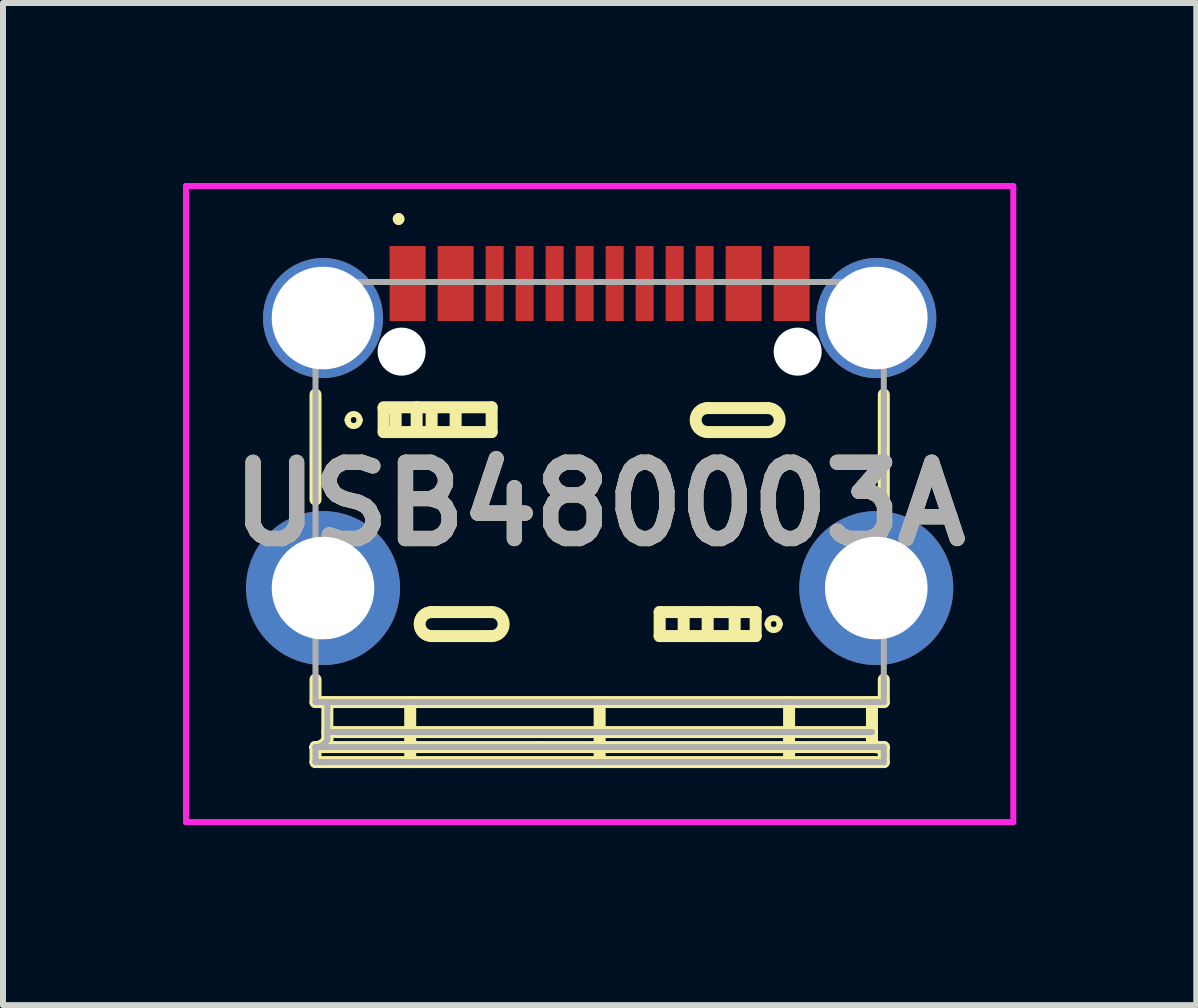
<source format=kicad_pcb>
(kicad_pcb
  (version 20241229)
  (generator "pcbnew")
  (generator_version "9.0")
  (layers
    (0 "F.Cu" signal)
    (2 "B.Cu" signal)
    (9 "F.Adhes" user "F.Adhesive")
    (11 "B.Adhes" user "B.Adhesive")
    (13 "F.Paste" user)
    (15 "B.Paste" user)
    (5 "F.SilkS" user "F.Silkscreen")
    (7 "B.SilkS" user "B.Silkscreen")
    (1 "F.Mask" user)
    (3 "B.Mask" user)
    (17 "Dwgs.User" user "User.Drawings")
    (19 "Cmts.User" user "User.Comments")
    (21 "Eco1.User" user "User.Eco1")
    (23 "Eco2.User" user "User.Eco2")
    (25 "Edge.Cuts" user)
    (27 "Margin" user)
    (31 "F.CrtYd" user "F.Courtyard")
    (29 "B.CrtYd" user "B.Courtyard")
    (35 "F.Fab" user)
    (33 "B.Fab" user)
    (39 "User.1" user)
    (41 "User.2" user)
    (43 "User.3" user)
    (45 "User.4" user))
  (footprint "USB480003A"
    (layer "F.Cu")
    (at 6.943 5.35)
    (property "Reference" "USB480003A" (at 0 0 0) (layer "F.SilkS") (effects (font (size 1.27 1.27) (thickness 0.254))))
    (attr through_hole)
    (fp_line (start -4.735 -1.825) (end -4.735 -0.075) (stroke (width 0.2) (type solid)) (layer "F.SilkS"))
    (fp_line (start -4.735 2.925) (end -4.735 3.3) (stroke (width 0.2) (type solid)) (layer "F.SilkS"))
    (fp_line (start -4.735 3.3) (end 4.735 3.3) (stroke (width 0.2) (type solid)) (layer "F.SilkS"))
    (fp_line (start -4.735 4.05) (end -4.735 4.05) (stroke (width 0.2) (type solid)) (layer "F.SilkS"))
    (fp_line (start -4.735 4.05) (end -4.735 4.05) (stroke (width 0.2) (type solid)) (layer "F.SilkS"))
    (fp_line (start -4.735 4.05) (end -4.735 4.3) (stroke (width 0.2) (type solid)) (layer "F.SilkS"))
    (fp_line (start -4.735 4.3) (end 4.735 4.3) (stroke (width 0.2) (type solid)) (layer "F.SilkS"))
    (fp_line (start -4.538 3.8) (end 4.538 3.8) (stroke (width 0.2) (type solid)) (layer "F.SilkS"))
    (fp_line (start -4.538 3.925) (end -4.538 3.3) (stroke (width 0.2) (type solid)) (layer "F.SilkS"))
    (fp_line (start -4.2 -1.4) (end -4.2 -1.4) (stroke (width 0.1) (type solid)) (layer "F.SilkS"))
    (fp_line (start -4 -1.4) (end -4 -1.4) (stroke (width 0.1) (type solid)) (layer "F.SilkS"))
    (fp_line (start -3.6 -1.613) (end -1.8 -1.613) (stroke (width 0.2) (type solid)) (layer "F.SilkS"))
    (fp_line (start -3.6 -1.6) (end -3.4 -1.6) (stroke (width 0.2) (type solid)) (layer "F.SilkS"))
    (fp_line (start -3.6 -1.2) (end -3.6 -1.6) (stroke (width 0.2) (type solid)) (layer "F.SilkS"))
    (fp_line (start -3.4 -1.6) (end -3.4 -1.2) (stroke (width 0.2) (type solid)) (layer "F.SilkS"))
    (fp_line (start -3.35 -4.8) (end -3.35 -4.8) (stroke (width 0.1) (type solid)) (layer "F.SilkS"))
    (fp_line (start -3.35 -4.7) (end -3.35 -4.7) (stroke (width 0.1) (type solid)) (layer "F.SilkS"))
    (fp_line (start -3.157 4.3) (end -3.157 3.3) (stroke (width 0.2) (type solid)) (layer "F.SilkS"))
    (fp_line (start -3.05 -1.613) (end -3.05 -1.2) (stroke (width 0.2) (type solid)) (layer "F.SilkS"))
    (fp_line (start -2.8 -1.6) (end -2.8 -1.2) (stroke (width 0.2) (type solid)) (layer "F.SilkS"))
    (fp_line (start -2.8 1.8) (end -2.8 1.8) (stroke (width 0.2) (type solid)) (layer "F.SilkS"))
    (fp_line (start -2.8 2.2) (end -1.8 2.2) (stroke (width 0.2) (type solid)) (layer "F.SilkS"))
    (fp_line (start -2.4 -1.6) (end -2.4 -1.2) (stroke (width 0.2) (type solid)) (layer "F.SilkS"))
    (fp_line (start -1.8 -1.613) (end -1.8 -1.2) (stroke (width 0.2) (type solid)) (layer "F.SilkS"))
    (fp_line (start -1.8 -1.2) (end -3.6 -1.2) (stroke (width 0.2) (type solid)) (layer "F.SilkS"))
    (fp_line (start -1.8 1.8) (end -2.8 1.8) (stroke (width 0.2) (type solid)) (layer "F.SilkS"))
    (fp_line (start -1.8 2.2) (end -1.8 2.2) (stroke (width 0.2) (type solid)) (layer "F.SilkS"))
    (fp_line (start -0.986 4.05) (end -4.735 4.05) (stroke (width 0.2) (type solid)) (layer "F.SilkS"))
    (fp_line (start 0 4.3) (end 0 3.3) (stroke (width 0.2) (type solid)) (layer "F.SilkS"))
    (fp_line (start 1 1.8) (end 2.6 1.8) (stroke (width 0.2) (type solid)) (layer "F.SilkS"))
    (fp_line (start 1 2.2) (end 1 1.8) (stroke (width 0.2) (type solid)) (layer "F.SilkS"))
    (fp_line (start 1.4 2.2) (end 1.4 1.8) (stroke (width 0.2) (type solid)) (layer "F.SilkS"))
    (fp_line (start 1.8 -1.6) (end 1.8 -1.6) (stroke (width 0.2) (type solid)) (layer "F.SilkS"))
    (fp_line (start 1.8 -1.2) (end 2.8 -1.2) (stroke (width 0.2) (type solid)) (layer "F.SilkS"))
    (fp_line (start 1.8 2.2) (end 1.8 1.8) (stroke (width 0.2) (type solid)) (layer "F.SilkS"))
    (fp_line (start 2.25 2.2) (end 2.25 1.8) (stroke (width 0.2) (type solid)) (layer "F.SilkS"))
    (fp_line (start 2.4 2.2) (end 1 2.2) (stroke (width 0.2) (type solid)) (layer "F.SilkS"))
    (fp_line (start 2.6 1.8) (end 2.6 2.2) (stroke (width 0.2) (type solid)) (layer "F.SilkS"))
    (fp_line (start 2.6 2.2) (end 2.4 2.2) (stroke (width 0.2) (type solid)) (layer "F.SilkS"))
    (fp_line (start 2.8 -1.6) (end 1.8 -1.6) (stroke (width 0.2) (type solid)) (layer "F.SilkS"))
    (fp_line (start 2.8 -1.2) (end 2.8 -1.2) (stroke (width 0.2) (type solid)) (layer "F.SilkS"))
    (fp_line (start 2.8 2) (end 2.8 2) (stroke (width 0.1) (type solid)) (layer "F.SilkS"))
    (fp_line (start 3 2) (end 3 2) (stroke (width 0.1) (type solid)) (layer "F.SilkS"))
    (fp_line (start 3.157 4.3) (end 3.157 3.3) (stroke (width 0.2) (type solid)) (layer "F.SilkS"))
    (fp_line (start 4.538 3.3) (end 4.538 3.925) (stroke (width 0.2) (type solid)) (layer "F.SilkS"))
    (fp_line (start 4.538 3.925) (end 4.538 3.925) (stroke (width 0.2) (type solid)) (layer "F.SilkS"))
    (fp_line (start 4.735 -0.075) (end 4.735 -1.825) (stroke (width 0.2) (type solid)) (layer "F.SilkS"))
    (fp_line (start 4.735 3.3) (end 4.735 2.925) (stroke (width 0.2) (type solid)) (layer "F.SilkS"))
    (fp_line (start 4.735 4.05) (end -0.986 4.05) (stroke (width 0.2) (type solid)) (layer "F.SilkS"))
    (fp_line (start 4.735 4.3) (end 4.735 4.05) (stroke (width 0.2) (type solid)) (layer "F.SilkS"))
    (fp_arc (start -4.5382 3.925107) (mid -4.618458 4.016141) (end -4.735 4.05) (stroke (width 0.2) (type solid)) (layer "F.SilkS"))
    (fp_arc (start -4.2 -1.4) (mid -4.1 -1.5) (end -4 -1.4) (stroke (width 0.1) (type solid)) (layer "F.SilkS"))
    (fp_arc (start -4 -1.4) (mid -4.1 -1.3) (end -4.2 -1.4) (stroke (width 0.1) (type solid)) (layer "F.SilkS"))
    (fp_arc (start -3.35 -4.8) (mid -3.3 -4.75) (end -3.35 -4.7) (stroke (width 0.1) (type solid)) (layer "F.SilkS"))
    (fp_arc (start -3.35 -4.7) (mid -3.4 -4.75) (end -3.35 -4.8) (stroke (width 0.1) (type solid)) (layer "F.SilkS"))
    (fp_arc (start -2.8 2.2) (mid -3 2) (end -2.8 1.8) (stroke (width 0.2) (type solid)) (layer "F.SilkS"))
    (fp_arc (start -1.8 1.8) (mid -1.6 2) (end -1.8 2.2) (stroke (width 0.2) (type solid)) (layer "F.SilkS"))
    (fp_arc (start 1.8 -1.2) (mid 1.6 -1.4) (end 1.8 -1.6) (stroke (width 0.2) (type solid)) (layer "F.SilkS"))
    (fp_arc (start 2.8 -1.6) (mid 3 -1.4) (end 2.8 -1.2) (stroke (width 0.2) (type solid)) (layer "F.SilkS"))
    (fp_arc (start 2.8 2) (mid 2.9 1.9) (end 3 2) (stroke (width 0.1) (type solid)) (layer "F.SilkS"))
    (fp_arc (start 3 2) (mid 2.9 2.1) (end 2.8 2) (stroke (width 0.1) (type solid)) (layer "F.SilkS"))
    (fp_arc (start 4.734758 4.049866) (mid 4.602056 4.041517) (end 4.538 3.925) (stroke (width 0.2) (type solid)) (layer "F.SilkS"))
    (fp_line (start -6.893 -5.3) (end 6.893 -5.3) (stroke (width 0.1) (type solid)) (layer "F.CrtYd"))
    (fp_line (start -6.893 5.3) (end -6.893 -5.3) (stroke (width 0.1) (type solid)) (layer "F.CrtYd"))
    (fp_line (start 6.893 -5.3) (end 6.893 5.3) (stroke (width 0.1) (type solid)) (layer "F.CrtYd"))
    (fp_line (start 6.893 5.3) (end -6.893 5.3) (stroke (width 0.1) (type solid)) (layer "F.CrtYd"))
    (fp_line (start -4.735 -3.7) (end 4.735 -3.7) (stroke (width 0.1) (type solid)) (layer "F.Fab"))
    (fp_line (start -4.735 3.3) (end -4.735 -3.7) (stroke (width 0.1) (type solid)) (layer "F.Fab"))
    (fp_line (start -4.735 4.05) (end -4.735 4.05) (stroke (width 0.1) (type solid)) (layer "F.Fab"))
    (fp_line (start -4.735 4.05) (end -4.735 4.05) (stroke (width 0.1) (type solid)) (layer "F.Fab"))
    (fp_line (start -4.735 4.05) (end -4.735 4.3) (stroke (width 0.1) (type solid)) (layer "F.Fab"))
    (fp_line (start -4.735 4.3) (end -4.538 4.3) (stroke (width 0.1) (type solid)) (layer "F.Fab"))
    (fp_line (start -4.735 4.3) (end 4.735 4.3) (stroke (width 0.1) (type solid)) (layer "F.Fab"))
    (fp_line (start -4.538 3.8) (end 4.538 3.8) (stroke (width 0.1) (type solid)) (layer "F.Fab"))
    (fp_line (start -4.538 3.925) (end -4.538 3.3) (stroke (width 0.1) (type solid)) (layer "F.Fab"))
    (fp_line (start 4.735 -3.7) (end 4.735 3.3) (stroke (width 0.1) (type solid)) (layer "F.Fab"))
    (fp_line (start 4.735 3.3) (end -4.735 3.3) (stroke (width 0.1) (type solid)) (layer "F.Fab"))
    (fp_line (start 4.735 4.05) (end -4.735 4.05) (stroke (width 0.1) (type solid)) (layer "F.Fab"))
    (fp_line (start 4.735 4.3) (end 4.735 4.05) (stroke (width 0.1) (type solid)) (layer "F.Fab"))
    (fp_arc (start -4.5382 3.925107) (mid -4.618458 4.016141) (end -4.735 4.05) (stroke (width 0.1) (type solid)) (layer "F.Fab"))
    (fp_text user "${REFERENCE}" (at 0 0 0) (layer "F.Fab") (effects (font (size 1.27 1.27) (thickness 0.254))))
    (pad "" np_thru_hole circle (at -3.3 -2.54) (size 0.8 0.8) (drill 0.8) (layers "*.Cu" "*.Mask"))
    (pad "" np_thru_hole circle (at 3.3 -2.54) (size 0.8 0.8) (drill 0.8) (layers "*.Cu" "*.Mask"))
    (pad "A1" smd rect (at -3.2 -3.675) (size 0.6 1.25) (layers "F.Cu" "F.Mask" "F.Paste"))
    (pad "A4" smd rect (at -2.4 -3.675) (size 0.6 1.25) (layers "F.Cu" "F.Mask" "F.Paste"))
    (pad "A5" smd rect (at -1.25 -3.675) (size 0.3 1.25) (layers "F.Cu" "F.Mask" "F.Paste"))
    (pad "A6" smd rect (at -0.25 -3.675) (size 0.3 1.25) (layers "F.Cu" "F.Mask" "F.Paste"))
    (pad "A7" smd rect (at 0.25 -3.675) (size 0.3 1.25) (layers "F.Cu" "F.Mask" "F.Paste"))
    (pad "A8" smd rect (at 1.25 -3.675) (size 0.3 1.25) (layers "F.Cu" "F.Mask" "F.Paste"))
    (pad "A9" smd rect (at 2.4 -3.675) (size 0.6 1.25) (layers "F.Cu" "F.Mask" "F.Paste"))
    (pad "A12" smd rect (at 3.2 -3.675) (size 0.6 1.25) (layers "F.Cu" "F.Mask" "F.Paste"))
    (pad "B5" smd rect (at 1.75 -3.675) (size 0.3 1.25) (layers "F.Cu" "F.Mask" "F.Paste"))
    (pad "B6" smd rect (at 0.75 -3.675) (size 0.3 1.25) (layers "F.Cu" "F.Mask" "F.Paste"))
    (pad "B7" smd rect (at -0.75 -3.675) (size 0.3 1.25) (layers "F.Cu" "F.Mask" "F.Paste"))
    (pad "B8" smd rect (at -1.75 -3.675) (size 0.3 1.25) (layers "F.Cu" "F.Mask" "F.Paste"))
    (pad "MH" thru_hole circle (at -4.61 -3.1) (size 2 2) (drill 1.71) (layers "*.Cu" "*.Mask"))
    (pad "MH" thru_hole circle (at -4.61 1.4) (size 2.565 2.565) (drill 1.71) (layers "*.Cu" "*.Mask"))
    (pad "MH" thru_hole circle (at 4.61 -3.1) (size 2 2) (drill 1.71) (layers "*.Cu" "*.Mask"))
    (pad "MH" thru_hole circle (at 4.61 1.4) (size 2.565 2.565) (drill 1.71) (layers "*.Cu" "*.Mask")))
  (gr_rect
    (start -3 -3)
    (end 16.886 13.7)
    (stroke (width 0.1) (type default))
    (fill no)
    (layer "Edge.Cuts")))
</source>
